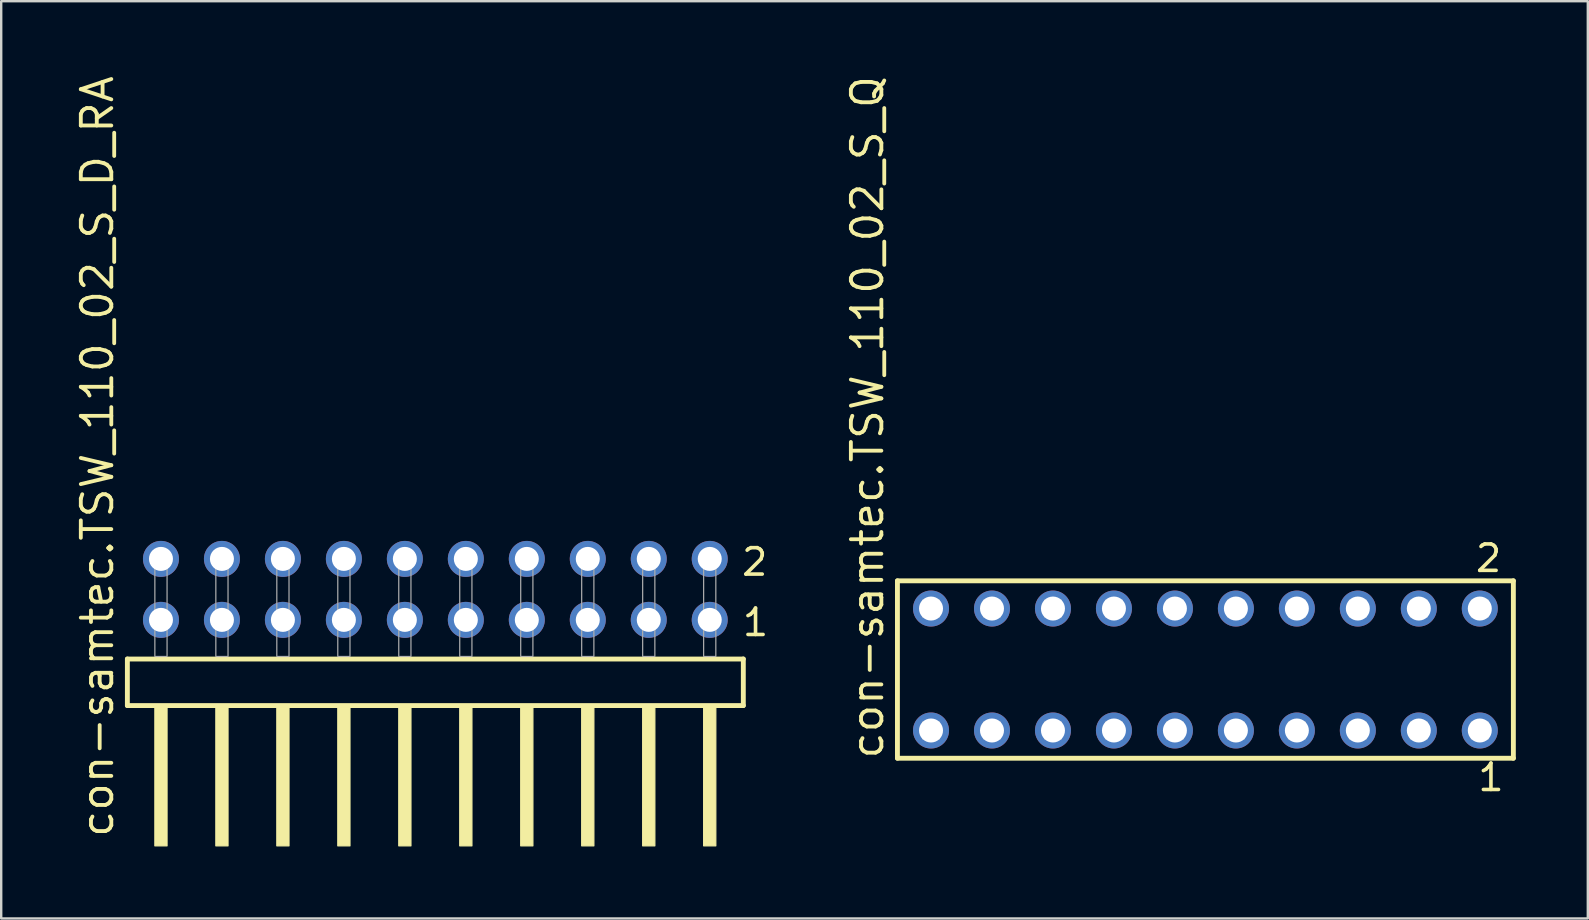
<source format=kicad_pcb>
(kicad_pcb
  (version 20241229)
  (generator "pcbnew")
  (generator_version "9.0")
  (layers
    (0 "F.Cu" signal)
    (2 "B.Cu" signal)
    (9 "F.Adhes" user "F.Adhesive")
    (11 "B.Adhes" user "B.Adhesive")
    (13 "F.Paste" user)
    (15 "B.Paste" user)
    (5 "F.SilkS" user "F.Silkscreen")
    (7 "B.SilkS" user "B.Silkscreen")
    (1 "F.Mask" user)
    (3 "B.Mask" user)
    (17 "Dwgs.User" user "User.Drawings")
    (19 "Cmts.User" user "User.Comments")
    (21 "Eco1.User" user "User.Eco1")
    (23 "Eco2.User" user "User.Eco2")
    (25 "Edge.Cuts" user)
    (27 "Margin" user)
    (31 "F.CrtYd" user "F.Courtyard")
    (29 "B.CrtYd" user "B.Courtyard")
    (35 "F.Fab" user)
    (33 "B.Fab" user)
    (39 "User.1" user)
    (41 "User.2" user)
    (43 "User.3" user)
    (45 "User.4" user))
  (footprint "con-samtec.TSW_110_02_S_D_RA"
    (layer "F.Cu")
    (at 15.085 24.296)
    (property "Reference" "con-samtec.TSW_110_02_S_D_RA" (at -13.335 7.62 90) (layer "F.SilkS") (effects (font (size 1.27 1.27) (thickness 0.16)) (justify left bottom)))
    (attr through_hole)
    (fp_line (start -12.829 0.106) (end -12.829 2.046) (stroke (width 0.203) (type default)) (layer "F.SilkS"))
    (fp_line (start -12.829 2.046) (end 12.829 2.046) (stroke (width 0.203) (type default)) (layer "F.SilkS"))
    (fp_line (start 12.829 0.106) (end -12.829 0.106) (stroke (width 0.203) (type default)) (layer "F.SilkS"))
    (fp_line (start 12.829 2.046) (end 12.829 0.106) (stroke (width 0.203) (type default)) (layer "F.SilkS"))
    (fp_rect (start -11.684 7.89) (end -11.176 2.04) (stroke (width 0.05) (type default)) (fill yes) (layer "F.SilkS"))
    (fp_rect (start -9.144 7.89) (end -8.636 2.04) (stroke (width 0.05) (type default)) (fill yes) (layer "F.SilkS"))
    (fp_rect (start -6.604 7.89) (end -6.096 2.04) (stroke (width 0.05) (type default)) (fill yes) (layer "F.SilkS"))
    (fp_rect (start -4.064 7.89) (end -3.556 2.04) (stroke (width 0.05) (type default)) (fill yes) (layer "F.SilkS"))
    (fp_rect (start -1.524 7.89) (end -1.016 2.04) (stroke (width 0.05) (type default)) (fill yes) (layer "F.SilkS"))
    (fp_rect (start 1.016 7.89) (end 1.524 2.04) (stroke (width 0.05) (type default)) (fill yes) (layer "F.SilkS"))
    (fp_rect (start 3.556 7.89) (end 4.064 2.04) (stroke (width 0.05) (type default)) (fill yes) (layer "F.SilkS"))
    (fp_rect (start 6.096 7.89) (end 6.604 2.04) (stroke (width 0.05) (type default)) (fill yes) (layer "F.SilkS"))
    (fp_rect (start 8.636 7.89) (end 9.144 2.04) (stroke (width 0.05) (type default)) (fill yes) (layer "F.SilkS"))
    (fp_rect (start 11.176 7.89) (end 11.684 2.04) (stroke (width 0.05) (type default)) (fill yes) (layer "F.SilkS"))
    (fp_rect (start -11.684 0) (end -11.176 -4.318) (stroke (width 0.05) (type default)) (fill no) (layer "F.Fab"))
    (fp_rect (start -9.144 0) (end -8.636 -4.318) (stroke (width 0.05) (type default)) (fill no) (layer "F.Fab"))
    (fp_rect (start -6.604 0) (end -6.096 -4.318) (stroke (width 0.05) (type default)) (fill no) (layer "F.Fab"))
    (fp_rect (start -4.064 0) (end -3.556 -4.318) (stroke (width 0.05) (type default)) (fill no) (layer "F.Fab"))
    (fp_rect (start -1.524 0) (end -1.016 -4.318) (stroke (width 0.05) (type default)) (fill no) (layer "F.Fab"))
    (fp_rect (start 1.016 0) (end 1.524 -4.318) (stroke (width 0.05) (type default)) (fill no) (layer "F.Fab"))
    (fp_rect (start 3.556 0) (end 4.064 -4.318) (stroke (width 0.05) (type default)) (fill no) (layer "F.Fab"))
    (fp_rect (start 6.096 0) (end 6.604 -4.318) (stroke (width 0.05) (type default)) (fill no) (layer "F.Fab"))
    (fp_rect (start 8.636 0) (end 9.144 -4.318) (stroke (width 0.05) (type default)) (fill no) (layer "F.Fab"))
    (fp_rect (start 11.176 0) (end 11.684 -4.318) (stroke (width 0.05) (type default)) (fill no) (layer "F.Fab"))
    (fp_text user "2" (at 12.68 -3.29 0) (layer "F.SilkS") (effects (font (size 1.1 1.1) (thickness 0.15)) (justify left bottom)))
    (fp_text user "1" (at 12.715 -0.775 0) (layer "F.SilkS") (effects (font (size 1.1 1.1) (thickness 0.15)) (justify left bottom)))
    (pad "1" thru_hole circle (at 11.43 -1.524 180) (size 1.5 1.5) (drill 1) (layers "*.Cu" "*.Mask"))
    (pad "2" thru_hole circle (at 11.43 -4.064 180) (size 1.5 1.5) (drill 1) (layers "*.Cu" "*.Mask"))
    (pad "3" thru_hole circle (at 8.89 -1.524 180) (size 1.5 1.5) (drill 1) (layers "*.Cu" "*.Mask"))
    (pad "4" thru_hole circle (at 8.89 -4.064 180) (size 1.5 1.5) (drill 1) (layers "*.Cu" "*.Mask"))
    (pad "5" thru_hole circle (at 6.35 -1.524 180) (size 1.5 1.5) (drill 1) (layers "*.Cu" "*.Mask"))
    (pad "6" thru_hole circle (at 6.35 -4.064 180) (size 1.5 1.5) (drill 1) (layers "*.Cu" "*.Mask"))
    (pad "7" thru_hole circle (at 3.81 -1.524 180) (size 1.5 1.5) (drill 1) (layers "*.Cu" "*.Mask"))
    (pad "8" thru_hole circle (at 3.81 -4.064 180) (size 1.5 1.5) (drill 1) (layers "*.Cu" "*.Mask"))
    (pad "9" thru_hole circle (at 1.27 -1.524 180) (size 1.5 1.5) (drill 1) (layers "*.Cu" "*.Mask"))
    (pad "10" thru_hole circle (at 1.27 -4.064 180) (size 1.5 1.5) (drill 1) (layers "*.Cu" "*.Mask"))
    (pad "11" thru_hole circle (at -1.27 -1.524 180) (size 1.5 1.5) (drill 1) (layers "*.Cu" "*.Mask"))
    (pad "12" thru_hole circle (at -1.27 -4.064 180) (size 1.5 1.5) (drill 1) (layers "*.Cu" "*.Mask"))
    (pad "13" thru_hole circle (at -3.81 -1.524 180) (size 1.5 1.5) (drill 1) (layers "*.Cu" "*.Mask"))
    (pad "14" thru_hole circle (at -3.81 -4.064 180) (size 1.5 1.5) (drill 1) (layers "*.Cu" "*.Mask"))
    (pad "15" thru_hole circle (at -6.35 -1.524 180) (size 1.5 1.5) (drill 1) (layers "*.Cu" "*.Mask"))
    (pad "16" thru_hole circle (at -6.35 -4.064 180) (size 1.5 1.5) (drill 1) (layers "*.Cu" "*.Mask"))
    (pad "17" thru_hole circle (at -8.89 -1.524 180) (size 1.5 1.5) (drill 1) (layers "*.Cu" "*.Mask"))
    (pad "18" thru_hole circle (at -8.89 -4.064 180) (size 1.5 1.5) (drill 1) (layers "*.Cu" "*.Mask"))
    (pad "19" thru_hole circle (at -11.43 -1.524 180) (size 1.5 1.5) (drill 1) (layers "*.Cu" "*.Mask"))
    (pad "20" thru_hole circle (at -11.43 -4.064 180) (size 1.5 1.5) (drill 1) (layers "*.Cu" "*.Mask")))
  (footprint "con-samtec.TSW_110_02_S_Q"
    (layer "F.Cu")
    (at 47.163 24.84)
    (property "Reference" "con-samtec.TSW_110_02_S_Q" (at -13.335 3.81 90) (layer "F.SilkS") (effects (font (size 1.27 1.27) (thickness 0.16)) (justify left bottom)))
    (attr through_hole)
    (fp_line (start -12.829 -3.695) (end 12.829 -3.695) (stroke (width 0.203) (type default)) (layer "F.SilkS"))
    (fp_line (start -12.829 3.695) (end -12.829 -3.695) (stroke (width 0.203) (type default)) (layer "F.SilkS"))
    (fp_line (start 12.829 -3.695) (end 12.829 3.695) (stroke (width 0.203) (type default)) (layer "F.SilkS"))
    (fp_line (start 12.829 3.695) (end -12.829 3.695) (stroke (width 0.203) (type default)) (layer "F.SilkS"))
    (fp_rect (start -11.78 -2.19) (end -11.08 -2.89) (stroke (width 0.05) (type default)) (fill no) (layer "F.Fab"))
    (fp_rect (start -11.78 2.89) (end -11.08 2.19) (stroke (width 0.05) (type default)) (fill no) (layer "F.Fab"))
    (fp_rect (start -9.24 -2.19) (end -8.54 -2.89) (stroke (width 0.05) (type default)) (fill no) (layer "F.Fab"))
    (fp_rect (start -9.24 2.89) (end -8.54 2.19) (stroke (width 0.05) (type default)) (fill no) (layer "F.Fab"))
    (fp_rect (start -6.7 -2.19) (end -6 -2.89) (stroke (width 0.05) (type default)) (fill no) (layer "F.Fab"))
    (fp_rect (start -6.7 2.89) (end -6 2.19) (stroke (width 0.05) (type default)) (fill no) (layer "F.Fab"))
    (fp_rect (start -4.16 -2.19) (end -3.46 -2.89) (stroke (width 0.05) (type default)) (fill no) (layer "F.Fab"))
    (fp_rect (start -4.16 2.89) (end -3.46 2.19) (stroke (width 0.05) (type default)) (fill no) (layer "F.Fab"))
    (fp_rect (start -1.62 -2.19) (end -0.92 -2.89) (stroke (width 0.05) (type default)) (fill no) (layer "F.Fab"))
    (fp_rect (start -1.62 2.89) (end -0.92 2.19) (stroke (width 0.05) (type default)) (fill no) (layer "F.Fab"))
    (fp_rect (start 0.92 -2.19) (end 1.62 -2.89) (stroke (width 0.05) (type default)) (fill no) (layer "F.Fab"))
    (fp_rect (start 0.92 2.89) (end 1.62 2.19) (stroke (width 0.05) (type default)) (fill no) (layer "F.Fab"))
    (fp_rect (start 3.46 -2.19) (end 4.16 -2.89) (stroke (width 0.05) (type default)) (fill no) (layer "F.Fab"))
    (fp_rect (start 3.46 2.89) (end 4.16 2.19) (stroke (width 0.05) (type default)) (fill no) (layer "F.Fab"))
    (fp_rect (start 6 -2.19) (end 6.7 -2.89) (stroke (width 0.05) (type default)) (fill no) (layer "F.Fab"))
    (fp_rect (start 6 2.89) (end 6.7 2.19) (stroke (width 0.05) (type default)) (fill no) (layer "F.Fab"))
    (fp_rect (start 8.54 -2.19) (end 9.24 -2.89) (stroke (width 0.05) (type default)) (fill no) (layer "F.Fab"))
    (fp_rect (start 8.54 2.89) (end 9.24 2.19) (stroke (width 0.05) (type default)) (fill no) (layer "F.Fab"))
    (fp_rect (start 11.08 -2.19) (end 11.78 -2.89) (stroke (width 0.05) (type default)) (fill no) (layer "F.Fab"))
    (fp_rect (start 11.08 2.89) (end 11.78 2.19) (stroke (width 0.05) (type default)) (fill no) (layer "F.Fab"))
    (fp_text user "2" (at 11.172 -3.989 0) (layer "F.SilkS") (effects (font (size 1.1 1.1) (thickness 0.15)) (justify left bottom)))
    (fp_text user "1" (at 11.272 5.138 0) (layer "F.SilkS") (effects (font (size 1.1 1.1) (thickness 0.15)) (justify left bottom)))
    (pad "1" thru_hole circle (at 11.43 2.54 180) (size 1.5 1.5) (drill 1) (layers "*.Cu" "*.Mask"))
    (pad "2" thru_hole circle (at 11.43 -2.54 180) (size 1.5 1.5) (drill 1) (layers "*.Cu" "*.Mask"))
    (pad "3" thru_hole circle (at 8.89 2.54 180) (size 1.5 1.5) (drill 1) (layers "*.Cu" "*.Mask"))
    (pad "4" thru_hole circle (at 8.89 -2.54 180) (size 1.5 1.5) (drill 1) (layers "*.Cu" "*.Mask"))
    (pad "5" thru_hole circle (at 6.35 2.54 180) (size 1.5 1.5) (drill 1) (layers "*.Cu" "*.Mask"))
    (pad "6" thru_hole circle (at 6.35 -2.54 180) (size 1.5 1.5) (drill 1) (layers "*.Cu" "*.Mask"))
    (pad "7" thru_hole circle (at 3.81 2.54 180) (size 1.5 1.5) (drill 1) (layers "*.Cu" "*.Mask"))
    (pad "8" thru_hole circle (at 3.81 -2.54 180) (size 1.5 1.5) (drill 1) (layers "*.Cu" "*.Mask"))
    (pad "9" thru_hole circle (at 1.27 2.54 180) (size 1.5 1.5) (drill 1) (layers "*.Cu" "*.Mask"))
    (pad "10" thru_hole circle (at 1.27 -2.54 180) (size 1.5 1.5) (drill 1) (layers "*.Cu" "*.Mask"))
    (pad "11" thru_hole circle (at -1.27 2.54 180) (size 1.5 1.5) (drill 1) (layers "*.Cu" "*.Mask"))
    (pad "12" thru_hole circle (at -1.27 -2.54 180) (size 1.5 1.5) (drill 1) (layers "*.Cu" "*.Mask"))
    (pad "13" thru_hole circle (at -3.81 2.54 180) (size 1.5 1.5) (drill 1) (layers "*.Cu" "*.Mask"))
    (pad "14" thru_hole circle (at -3.81 -2.54 180) (size 1.5 1.5) (drill 1) (layers "*.Cu" "*.Mask"))
    (pad "15" thru_hole circle (at -6.35 2.54 180) (size 1.5 1.5) (drill 1) (layers "*.Cu" "*.Mask"))
    (pad "16" thru_hole circle (at -6.35 -2.54 180) (size 1.5 1.5) (drill 1) (layers "*.Cu" "*.Mask"))
    (pad "17" thru_hole circle (at -8.89 2.54 180) (size 1.5 1.5) (drill 1) (layers "*.Cu" "*.Mask"))
    (pad "18" thru_hole circle (at -8.89 -2.54 180) (size 1.5 1.5) (drill 1) (layers "*.Cu" "*.Mask"))
    (pad "19" thru_hole circle (at -11.43 2.54 180) (size 1.5 1.5) (drill 1) (layers "*.Cu" "*.Mask"))
    (pad "20" thru_hole circle (at -11.43 -2.54 180) (size 1.5 1.5) (drill 1) (layers "*.Cu" "*.Mask")))
  (gr_rect
    (start -3 -3)
    (end 63.093 35.211)
    (stroke (width 0.1) (type default))
    (fill no)
    (layer "Edge.Cuts")))
</source>
